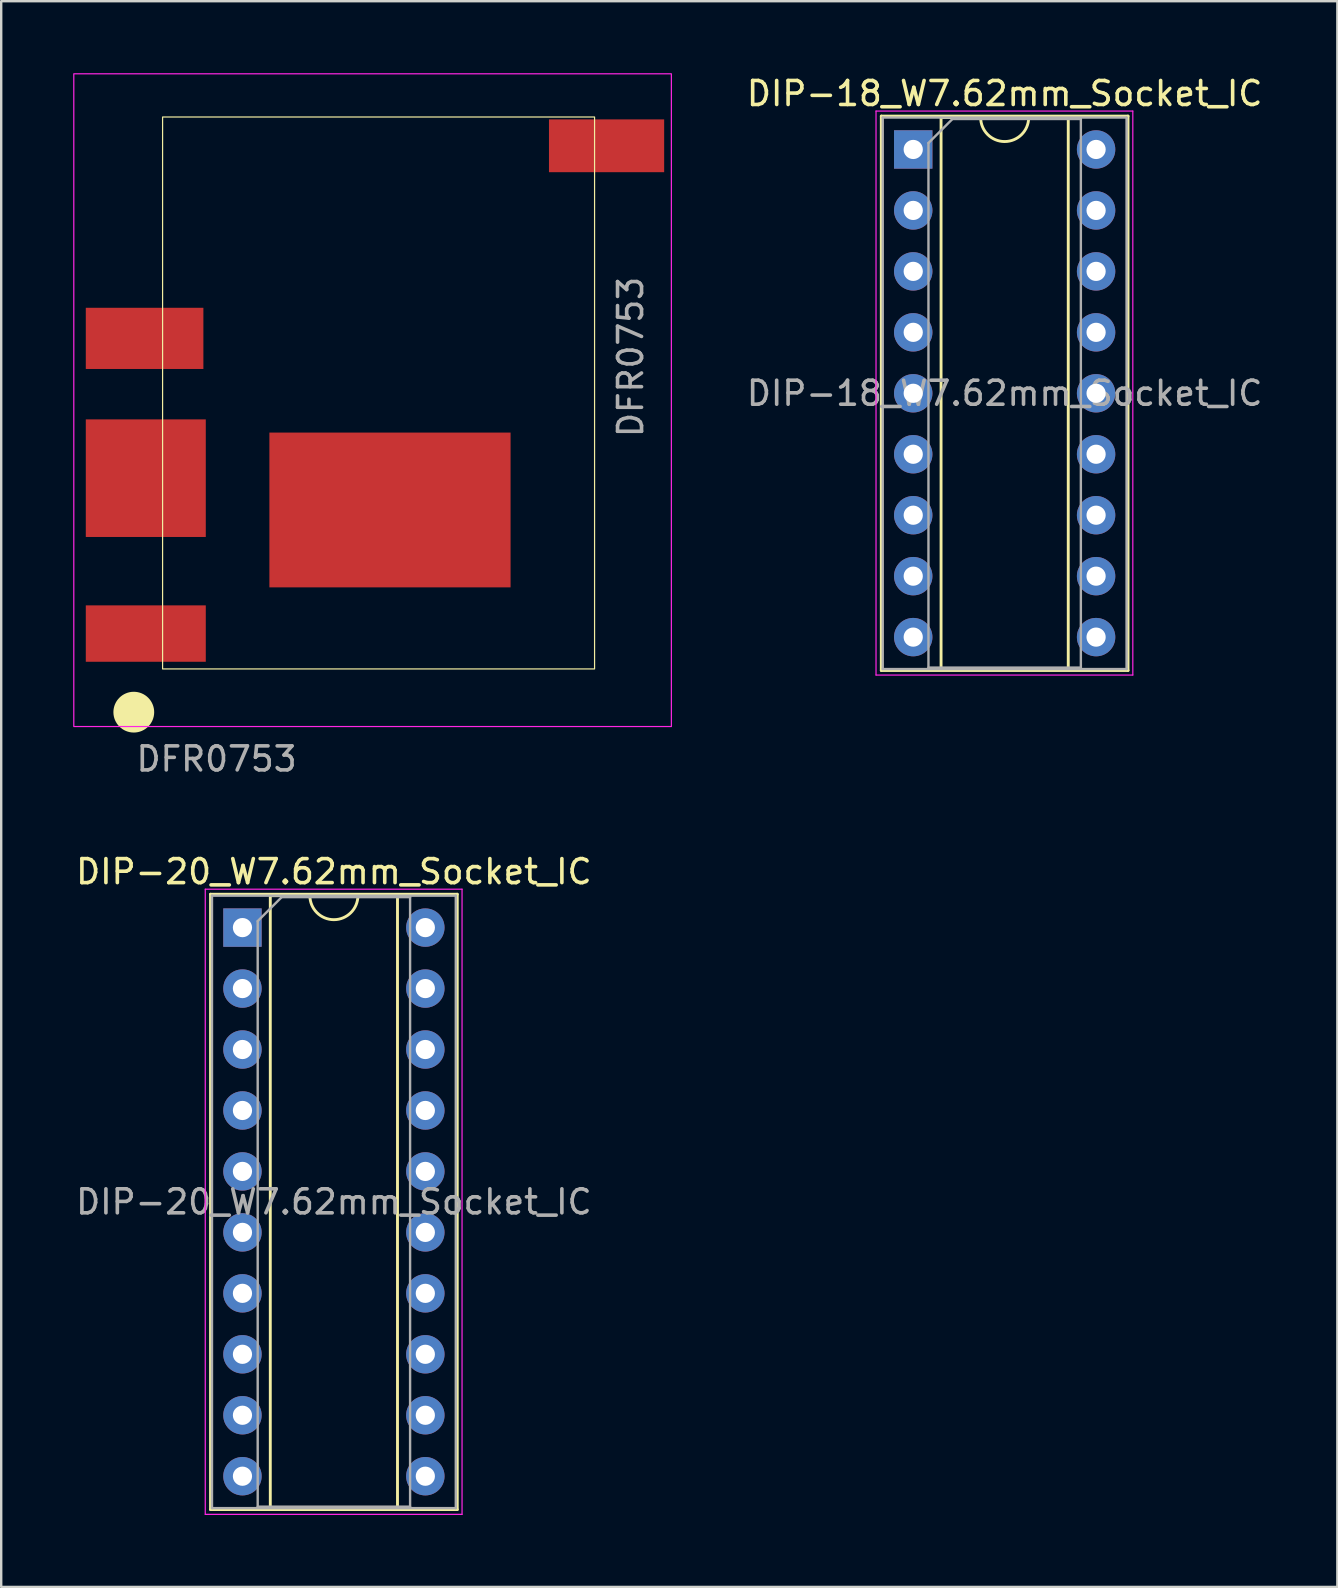
<source format=kicad_pcb>
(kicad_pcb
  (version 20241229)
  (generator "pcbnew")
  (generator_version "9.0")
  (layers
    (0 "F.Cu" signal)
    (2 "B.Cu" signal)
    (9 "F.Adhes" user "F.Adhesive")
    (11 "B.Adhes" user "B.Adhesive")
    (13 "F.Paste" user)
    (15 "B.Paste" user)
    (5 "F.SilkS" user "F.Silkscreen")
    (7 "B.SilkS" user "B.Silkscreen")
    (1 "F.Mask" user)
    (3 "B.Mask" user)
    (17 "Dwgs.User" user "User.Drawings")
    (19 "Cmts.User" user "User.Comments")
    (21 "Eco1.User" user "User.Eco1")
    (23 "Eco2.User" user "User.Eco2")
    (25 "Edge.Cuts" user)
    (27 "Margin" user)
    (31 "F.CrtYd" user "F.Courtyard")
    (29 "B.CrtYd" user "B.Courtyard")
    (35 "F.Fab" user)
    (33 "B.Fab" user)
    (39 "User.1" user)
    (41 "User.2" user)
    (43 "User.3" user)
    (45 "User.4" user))
  (footprint "DIP-20_W7.62mm_Socket_IC"
    (layer "F.Cu")
    (at 7.053 35.602)
    (property "Reference" "DIP-20_W7.62mm_Socket_IC" (at 3.81 -2.33 0) (layer "F.SilkS") (effects (font (size 1 1) (thickness 0.15))))
    (attr through_hole)
    (fp_line (start -1.33 -1.39) (end -1.33 24.25) (stroke (width 0.12) (type solid)) (layer "F.SilkS"))
    (fp_line (start -1.33 24.25) (end 8.95 24.25) (stroke (width 0.12) (type solid)) (layer "F.SilkS"))
    (fp_line (start 1.16 -1.33) (end 1.16 24.19) (stroke (width 0.12) (type solid)) (layer "F.SilkS"))
    (fp_line (start 1.16 24.19) (end 6.46 24.19) (stroke (width 0.12) (type solid)) (layer "F.SilkS"))
    (fp_line (start 2.81 -1.33) (end 1.16 -1.33) (stroke (width 0.12) (type solid)) (layer "F.SilkS"))
    (fp_line (start 6.46 -1.33) (end 4.81 -1.33) (stroke (width 0.12) (type solid)) (layer "F.SilkS"))
    (fp_line (start 6.46 24.19) (end 6.46 -1.33) (stroke (width 0.12) (type solid)) (layer "F.SilkS"))
    (fp_line (start 8.95 -1.39) (end -1.33 -1.39) (stroke (width 0.12) (type solid)) (layer "F.SilkS"))
    (fp_line (start 8.95 24.25) (end 8.95 -1.39) (stroke (width 0.12) (type solid)) (layer "F.SilkS"))
    (fp_arc (start 4.81 -1.33) (mid 3.81 -0.33) (end 2.81 -1.33) (stroke (width 0.12) (type solid)) (layer "F.SilkS"))
    (fp_line (start -1.55 -1.6) (end -1.55 24.45) (stroke (width 0.05) (type solid)) (layer "F.CrtYd"))
    (fp_line (start -1.55 24.45) (end 9.15 24.45) (stroke (width 0.05) (type solid)) (layer "F.CrtYd"))
    (fp_line (start 9.15 -1.6) (end -1.55 -1.6) (stroke (width 0.05) (type solid)) (layer "F.CrtYd"))
    (fp_line (start 9.15 24.45) (end 9.15 -1.6) (stroke (width 0.05) (type solid)) (layer "F.CrtYd"))
    (fp_line (start -1.27 -1.33) (end -1.27 24.19) (stroke (width 0.1) (type solid)) (layer "F.Fab"))
    (fp_line (start -1.27 24.19) (end 8.89 24.19) (stroke (width 0.1) (type solid)) (layer "F.Fab"))
    (fp_line (start 0.635 -0.27) (end 1.635 -1.27) (stroke (width 0.1) (type solid)) (layer "F.Fab"))
    (fp_line (start 0.635 24.13) (end 0.635 -0.27) (stroke (width 0.1) (type solid)) (layer "F.Fab"))
    (fp_line (start 1.635 -1.27) (end 6.985 -1.27) (stroke (width 0.1) (type solid)) (layer "F.Fab"))
    (fp_line (start 6.985 -1.27) (end 6.985 24.13) (stroke (width 0.1) (type solid)) (layer "F.Fab"))
    (fp_line (start 6.985 24.13) (end 0.635 24.13) (stroke (width 0.1) (type solid)) (layer "F.Fab"))
    (fp_line (start 8.89 -1.33) (end -1.27 -1.33) (stroke (width 0.1) (type solid)) (layer "F.Fab"))
    (fp_line (start 8.89 24.19) (end 8.89 -1.33) (stroke (width 0.1) (type solid)) (layer "F.Fab"))
    (fp_text user "${REFERENCE}" (at 3.81 11.43 0) (layer "F.Fab") (effects (font (size 1 1) (thickness 0.15))))
    (pad "1" thru_hole rect (at 0 0) (size 1.6 1.6) (drill 0.8) (layers "*.Cu" "*.Mask"))
    (pad "2" thru_hole oval (at 0 2.54) (size 1.6 1.6) (drill 0.8) (layers "*.Cu" "*.Mask"))
    (pad "3" thru_hole oval (at 0 5.08) (size 1.6 1.6) (drill 0.8) (layers "*.Cu" "*.Mask"))
    (pad "4" thru_hole oval (at 0 7.62) (size 1.6 1.6) (drill 0.8) (layers "*.Cu" "*.Mask"))
    (pad "5" thru_hole oval (at 0 10.16) (size 1.6 1.6) (drill 0.8) (layers "*.Cu" "*.Mask"))
    (pad "6" thru_hole oval (at 0 12.7) (size 1.6 1.6) (drill 0.8) (layers "*.Cu" "*.Mask"))
    (pad "7" thru_hole oval (at 0 15.24) (size 1.6 1.6) (drill 0.8) (layers "*.Cu" "*.Mask"))
    (pad "8" thru_hole oval (at 0 17.78) (size 1.6 1.6) (drill 0.8) (layers "*.Cu" "*.Mask"))
    (pad "9" thru_hole oval (at 0 20.32) (size 1.6 1.6) (drill 0.8) (layers "*.Cu" "*.Mask"))
    (pad "10" thru_hole oval (at 0 22.86) (size 1.6 1.6) (drill 0.8) (layers "*.Cu" "*.Mask"))
    (pad "11" thru_hole oval (at 7.62 22.86) (size 1.6 1.6) (drill 0.8) (layers "*.Cu" "*.Mask"))
    (pad "12" thru_hole oval (at 7.62 20.32) (size 1.6 1.6) (drill 0.8) (layers "*.Cu" "*.Mask"))
    (pad "13" thru_hole oval (at 7.62 17.78) (size 1.6 1.6) (drill 0.8) (layers "*.Cu" "*.Mask"))
    (pad "14" thru_hole oval (at 7.62 15.24) (size 1.6 1.6) (drill 0.8) (layers "*.Cu" "*.Mask"))
    (pad "15" thru_hole oval (at 7.62 12.7) (size 1.6 1.6) (drill 0.8) (layers "*.Cu" "*.Mask"))
    (pad "16" thru_hole oval (at 7.62 10.16) (size 1.6 1.6) (drill 0.8) (layers "*.Cu" "*.Mask"))
    (pad "17" thru_hole oval (at 7.62 7.62) (size 1.6 1.6) (drill 0.8) (layers "*.Cu" "*.Mask"))
    (pad "18" thru_hole oval (at 7.62 5.08) (size 1.6 1.6) (drill 0.8) (layers "*.Cu" "*.Mask"))
    (pad "19" thru_hole oval (at 7.62 2.54) (size 1.6 1.6) (drill 0.8) (layers "*.Cu" "*.Mask"))
    (pad "20" thru_hole oval (at 7.62 0) (size 1.6 1.6) (drill 0.8) (layers "*.Cu" "*.Mask")))
  (footprint "DIP-18_W7.62mm_Socket_IC"
    (layer "F.Cu")
    (at 35.003 3.178)
    (property "Reference" "DIP-18_W7.62mm_Socket_IC" (at 3.81 -2.33 0) (layer "F.SilkS") (effects (font (size 1 1) (thickness 0.15))))
    (attr through_hole)
    (fp_line (start -1.33 -1.39) (end -1.33 21.71) (stroke (width 0.12) (type solid)) (layer "F.SilkS"))
    (fp_line (start -1.33 21.71) (end 8.95 21.71) (stroke (width 0.12) (type solid)) (layer "F.SilkS"))
    (fp_line (start 1.16 -1.33) (end 1.16 21.65) (stroke (width 0.12) (type solid)) (layer "F.SilkS"))
    (fp_line (start 1.16 21.65) (end 6.46 21.65) (stroke (width 0.12) (type solid)) (layer "F.SilkS"))
    (fp_line (start 2.81 -1.33) (end 1.16 -1.33) (stroke (width 0.12) (type solid)) (layer "F.SilkS"))
    (fp_line (start 6.46 -1.33) (end 4.81 -1.33) (stroke (width 0.12) (type solid)) (layer "F.SilkS"))
    (fp_line (start 6.46 21.65) (end 6.46 -1.33) (stroke (width 0.12) (type solid)) (layer "F.SilkS"))
    (fp_line (start 8.95 -1.39) (end -1.33 -1.39) (stroke (width 0.12) (type solid)) (layer "F.SilkS"))
    (fp_line (start 8.95 21.71) (end 8.95 -1.39) (stroke (width 0.12) (type solid)) (layer "F.SilkS"))
    (fp_arc (start 4.81 -1.33) (mid 3.81 -0.33) (end 2.81 -1.33) (stroke (width 0.12) (type solid)) (layer "F.SilkS"))
    (fp_line (start -1.55 -1.6) (end -1.55 21.9) (stroke (width 0.05) (type solid)) (layer "F.CrtYd"))
    (fp_line (start -1.55 21.9) (end 9.15 21.9) (stroke (width 0.05) (type solid)) (layer "F.CrtYd"))
    (fp_line (start 9.15 -1.6) (end -1.55 -1.6) (stroke (width 0.05) (type solid)) (layer "F.CrtYd"))
    (fp_line (start 9.15 21.9) (end 9.15 -1.6) (stroke (width 0.05) (type solid)) (layer "F.CrtYd"))
    (fp_line (start -1.27 -1.33) (end -1.27 21.65) (stroke (width 0.1) (type solid)) (layer "F.Fab"))
    (fp_line (start -1.27 21.65) (end 8.89 21.65) (stroke (width 0.1) (type solid)) (layer "F.Fab"))
    (fp_line (start 0.635 -0.27) (end 1.635 -1.27) (stroke (width 0.1) (type solid)) (layer "F.Fab"))
    (fp_line (start 0.635 21.59) (end 0.635 -0.27) (stroke (width 0.1) (type solid)) (layer "F.Fab"))
    (fp_line (start 1.635 -1.27) (end 6.985 -1.27) (stroke (width 0.1) (type solid)) (layer "F.Fab"))
    (fp_line (start 6.985 -1.27) (end 6.985 21.59) (stroke (width 0.1) (type solid)) (layer "F.Fab"))
    (fp_line (start 6.985 21.59) (end 0.635 21.59) (stroke (width 0.1) (type solid)) (layer "F.Fab"))
    (fp_line (start 8.89 -1.33) (end -1.27 -1.33) (stroke (width 0.1) (type solid)) (layer "F.Fab"))
    (fp_line (start 8.89 21.65) (end 8.89 -1.33) (stroke (width 0.1) (type solid)) (layer "F.Fab"))
    (fp_text user "${REFERENCE}" (at 3.81 10.16 0) (layer "F.Fab") (effects (font (size 1 1) (thickness 0.15))))
    (pad "1" thru_hole rect (at 0 0) (size 1.6 1.6) (drill 0.8) (layers "*.Cu" "*.Mask"))
    (pad "2" thru_hole oval (at 0 2.54) (size 1.6 1.6) (drill 0.8) (layers "*.Cu" "*.Mask"))
    (pad "3" thru_hole oval (at 0 5.08) (size 1.6 1.6) (drill 0.8) (layers "*.Cu" "*.Mask"))
    (pad "4" thru_hole oval (at 0 7.62) (size 1.6 1.6) (drill 0.8) (layers "*.Cu" "*.Mask"))
    (pad "5" thru_hole oval (at 0 10.16) (size 1.6 1.6) (drill 0.8) (layers "*.Cu" "*.Mask"))
    (pad "6" thru_hole oval (at 0 12.7) (size 1.6 1.6) (drill 0.8) (layers "*.Cu" "*.Mask"))
    (pad "7" thru_hole oval (at 0 15.24) (size 1.6 1.6) (drill 0.8) (layers "*.Cu" "*.Mask"))
    (pad "8" thru_hole oval (at 0 17.78) (size 1.6 1.6) (drill 0.8) (layers "*.Cu" "*.Mask"))
    (pad "9" thru_hole oval (at 0 20.32) (size 1.6 1.6) (drill 0.8) (layers "*.Cu" "*.Mask"))
    (pad "10" thru_hole oval (at 7.62 20.32) (size 1.6 1.6) (drill 0.8) (layers "*.Cu" "*.Mask"))
    (pad "11" thru_hole oval (at 7.62 17.78) (size 1.6 1.6) (drill 0.8) (layers "*.Cu" "*.Mask"))
    (pad "12" thru_hole oval (at 7.62 15.24) (size 1.6 1.6) (drill 0.8) (layers "*.Cu" "*.Mask"))
    (pad "13" thru_hole oval (at 7.62 12.7) (size 1.6 1.6) (drill 0.8) (layers "*.Cu" "*.Mask"))
    (pad "14" thru_hole oval (at 7.62 10.16) (size 1.6 1.6) (drill 0.8) (layers "*.Cu" "*.Mask"))
    (pad "15" thru_hole oval (at 7.62 7.62) (size 1.6 1.6) (drill 0.8) (layers "*.Cu" "*.Mask"))
    (pad "16" thru_hole oval (at 7.62 5.08) (size 1.6 1.6) (drill 0.8) (layers "*.Cu" "*.Mask"))
    (pad "17" thru_hole oval (at 7.62 2.54) (size 1.6 1.6) (drill 0.8) (layers "*.Cu" "*.Mask"))
    (pad "18" thru_hole oval (at 7.62 0) (size 1.6 1.6) (drill 0.8) (layers "*.Cu" "*.Mask")))
  (footprint "DFR0753"
    (layer "F.Cu")
    (at 3.725 24.825)
    (property "Reference" "DFR0753" (at 2.25 3.75 0) (layer "F.Fab") (effects (font (size 1 1) (thickness 0.15))))
    (attr smd exclude_from_pos_files exclude_from_bom)
    (fp_rect (start 0 -23) (end 18 0) (stroke (width 0.05) (type solid)) (fill no) (layer "F.SilkS"))
    (fp_circle (center -1.2 1.8) (end -0.4 1.6) (stroke (width 0.05) (type solid)) (fill yes) (layer "F.SilkS"))
    (fp_rect (start -3.7 -24.8) (end 21.2 2.4) (stroke (width 0.05) (type default)) (fill no) (layer "F.CrtYd"))
    (fp_text user "${REFERENCE}" (at 19.502 -13 270) (layer "F.Fab") (effects (font (size 1 1) (thickness 0.15))))
    (pad "1" smd rect (at -0.7 -1.475 270) (size 2.35 5) (layers "F.Cu" "F.Mask" "F.Paste"))
    (pad "2" smd rect (at -0.7 -7.95 90) (size 4.9 5) (layers "F.Cu" "F.Mask" "F.Paste"))
    (pad "3" smd rect (at -0.75 -13.775 270) (size 2.55 4.9) (layers "F.Cu" "F.Mask" "F.Paste"))
    (pad "4" smd rect (at 9.475 -6.625 270) (size 6.45 10.05) (layers "F.Cu" "F.Mask" "F.Paste"))
    (pad "5" smd rect (at 18.5 -21.8 270) (size 2.2 4.8) (layers "F.Cu" "F.Mask" "F.Paste")))
  (gr_rect
    (start -3 -3)
    (end 52.676 63.077)
    (stroke (width 0.1) (type default))
    (fill no)
    (layer "Edge.Cuts")))
</source>
